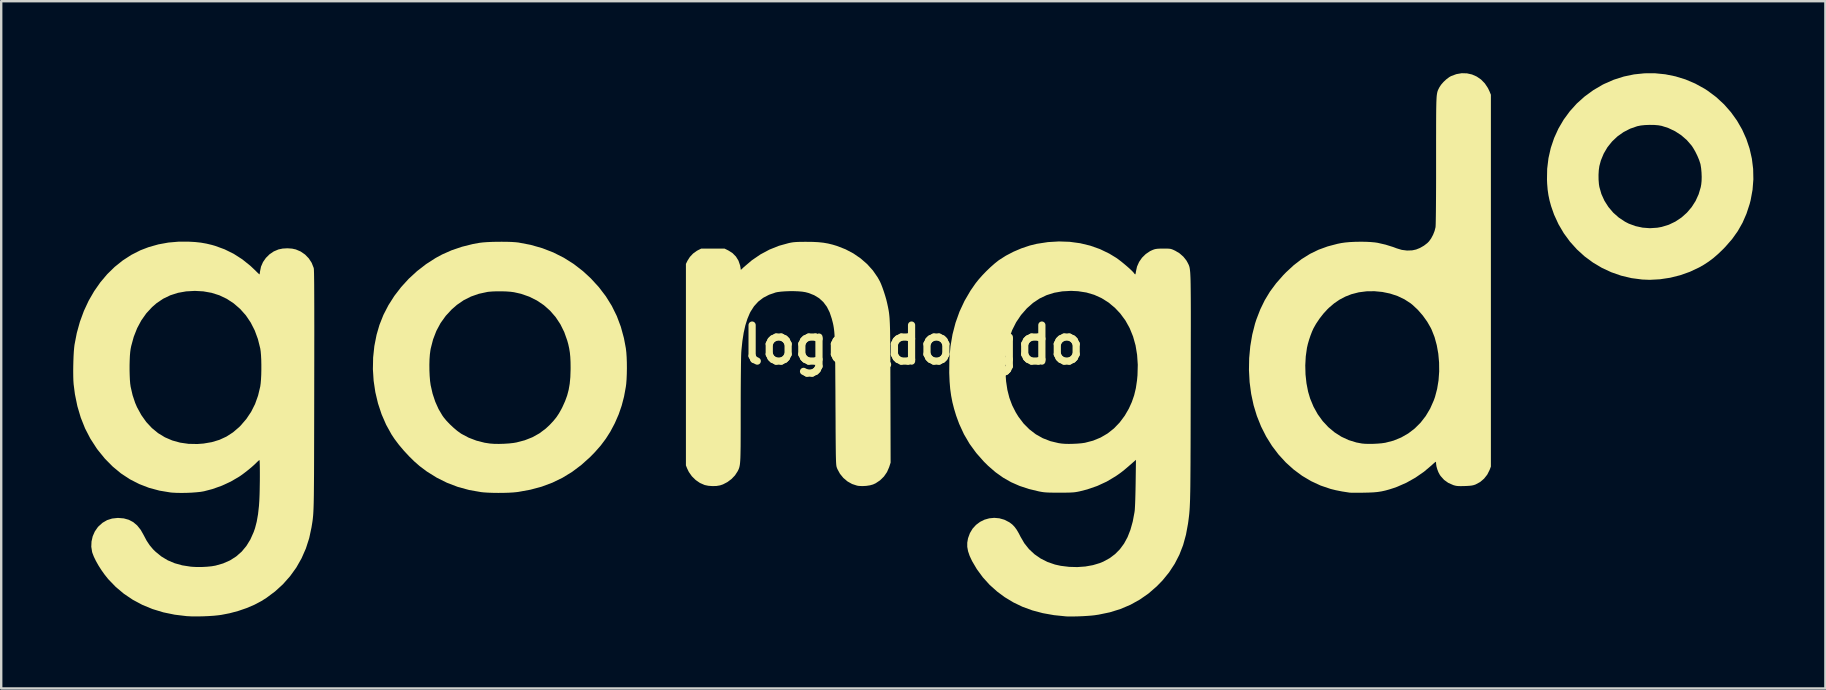
<source format=kicad_pcb>
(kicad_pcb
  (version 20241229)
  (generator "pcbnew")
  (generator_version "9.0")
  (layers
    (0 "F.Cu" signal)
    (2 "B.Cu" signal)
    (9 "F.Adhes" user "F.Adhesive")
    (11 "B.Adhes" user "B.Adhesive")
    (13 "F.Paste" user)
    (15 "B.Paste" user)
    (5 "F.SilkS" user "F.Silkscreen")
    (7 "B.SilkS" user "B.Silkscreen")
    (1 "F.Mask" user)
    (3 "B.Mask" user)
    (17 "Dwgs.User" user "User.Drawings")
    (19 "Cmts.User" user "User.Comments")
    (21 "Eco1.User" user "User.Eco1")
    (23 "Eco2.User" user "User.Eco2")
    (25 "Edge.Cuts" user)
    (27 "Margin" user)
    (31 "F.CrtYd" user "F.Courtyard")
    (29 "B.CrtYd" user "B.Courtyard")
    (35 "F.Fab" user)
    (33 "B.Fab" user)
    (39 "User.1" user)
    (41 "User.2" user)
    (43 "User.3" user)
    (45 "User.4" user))
  (footprint "logo_dongdo"
    (layer "F.Cu")
    (at 34.998 11.315)
    (property "Reference" "logo_dongdo" (at 0 0 0) (layer "F.SilkS") (effects (font (size 1.5 1.5) (thickness 0.3))))
    (attr board_only exclude_from_pos_files exclude_from_bom)
    (fp_poly (pts (xy 31.327 -11.27) (xy 31.753 -11.184) (xy 32.17 -11.056) (xy 32.575 -10.884) (xy 32.964 -10.67) (xy 33.098 -10.583) (xy 33.455 -10.316) (xy 33.778 -10.017) (xy 34.065 -9.691) (xy 34.317 -9.34) (xy 34.531 -8.968) (xy 34.706 -8.578) (xy 34.842 -8.172) (xy 34.937 -7.754) (xy 34.99 -7.327) (xy 34.999 -6.894) (xy 34.965 -6.458) (xy 34.885 -6.023) (xy 34.844 -5.865) (xy 34.712 -5.462) (xy 34.549 -5.088) (xy 34.35 -4.737) (xy 34.113 -4.404) (xy 33.832 -4.082) (xy 33.737 -3.984) (xy 33.526 -3.781) (xy 33.327 -3.609) (xy 33.129 -3.461) (xy 32.92 -3.326) (xy 32.737 -3.222) (xy 32.355 -3.042) (xy 31.951 -2.899) (xy 31.532 -2.794) (xy 31.107 -2.73) (xy 30.682 -2.707) (xy 30.366 -2.72) (xy 29.922 -2.778) (xy 29.492 -2.88) (xy 29.079 -3.024) (xy 28.686 -3.207) (xy 28.315 -3.428) (xy 27.968 -3.684) (xy 27.649 -3.974) (xy 27.36 -4.295) (xy 27.103 -4.645) (xy 26.881 -5.022) (xy 26.696 -5.424) (xy 26.573 -5.776) (xy 26.508 -6.012) (xy 26.461 -6.236) (xy 26.428 -6.464) (xy 26.408 -6.712) (xy 26.401 -6.882) (xy 26.404 -7.08) (xy 28.548 -7.08) (xy 28.55 -6.879) (xy 28.565 -6.69) (xy 28.583 -6.58) (xy 28.667 -6.283) (xy 28.794 -6.002) (xy 28.96 -5.742) (xy 29.16 -5.506) (xy 29.393 -5.3) (xy 29.653 -5.128) (xy 29.808 -5.048) (xy 30.088 -4.945) (xy 30.385 -4.881) (xy 30.69 -4.858) (xy 30.996 -4.878) (xy 31.178 -4.911) (xy 31.473 -5.001) (xy 31.749 -5.133) (xy 32.003 -5.302) (xy 32.23 -5.504) (xy 32.427 -5.735) (xy 32.592 -5.993) (xy 32.719 -6.272) (xy 32.807 -6.569) (xy 32.827 -6.68) (xy 32.842 -6.825) (xy 32.846 -6.997) (xy 32.839 -7.179) (xy 32.823 -7.355) (xy 32.799 -7.506) (xy 32.79 -7.544) (xy 32.74 -7.697) (xy 32.668 -7.87) (xy 32.582 -8.045) (xy 32.489 -8.205) (xy 32.423 -8.303) (xy 32.226 -8.53) (xy 31.994 -8.731) (xy 31.734 -8.9) (xy 31.453 -9.033) (xy 31.178 -9.121) (xy 31.036 -9.146) (xy 30.863 -9.16) (xy 30.674 -9.162) (xy 30.485 -9.155) (xy 30.311 -9.137) (xy 30.167 -9.108) (xy 30.165 -9.108) (xy 29.866 -9.004) (xy 29.589 -8.861) (xy 29.336 -8.682) (xy 29.112 -8.47) (xy 28.92 -8.231) (xy 28.764 -7.966) (xy 28.646 -7.68) (xy 28.583 -7.445) (xy 28.559 -7.276) (xy 28.548 -7.08) (xy 26.404 -7.08) (xy 26.409 -7.335) (xy 26.463 -7.776) (xy 26.56 -8.204) (xy 26.699 -8.616) (xy 26.878 -9.009) (xy 27.097 -9.382) (xy 27.353 -9.73) (xy 27.644 -10.053) (xy 27.971 -10.346) (xy 28.33 -10.608) (xy 28.72 -10.837) (xy 28.778 -10.866) (xy 29.184 -11.044) (xy 29.603 -11.177) (xy 30.03 -11.266) (xy 30.462 -11.311) (xy 30.895 -11.313)) (stroke (width 0) (type solid)) (fill yes) (layer "F.SilkS"))
    (fp_poly (pts (xy -16.928 -4.291) (xy -16.736 -4.285) (xy -16.57 -4.274) (xy -16.449 -4.261) (xy -15.94 -4.164) (xy -15.457 -4.026) (xy -14.997 -3.848) (xy -14.562 -3.629) (xy -14.149 -3.369) (xy -13.759 -3.067) (xy -13.434 -2.767) (xy -13.1 -2.403) (xy -12.809 -2.022) (xy -12.56 -1.621) (xy -12.352 -1.199) (xy -12.184 -0.753) (xy -12.055 -0.281) (xy -11.975 0.142) (xy -11.955 0.31) (xy -11.941 0.513) (xy -11.933 0.739) (xy -11.931 0.975) (xy -11.935 1.21) (xy -11.944 1.431) (xy -11.959 1.627) (xy -11.975 1.75) (xy -12.05 2.159) (xy -12.149 2.537) (xy -12.273 2.897) (xy -12.428 3.252) (xy -12.451 3.299) (xy -12.621 3.618) (xy -12.808 3.912) (xy -13.018 4.192) (xy -13.26 4.468) (xy -13.461 4.674) (xy -13.829 5.005) (xy -14.212 5.293) (xy -14.614 5.539) (xy -15.036 5.744) (xy -15.482 5.91) (xy -15.953 6.037) (xy -16.453 6.128) (xy -16.515 6.136) (xy -16.668 6.151) (xy -16.857 6.162) (xy -17.068 6.168) (xy -17.29 6.17) (xy -17.51 6.167) (xy -17.716 6.16) (xy -17.897 6.148) (xy -18.009 6.136) (xy -18.503 6.049) (xy -18.975 5.92) (xy -19.426 5.748) (xy -19.857 5.533) (xy -20.267 5.277) (xy -20.564 5.054) (xy -20.781 4.865) (xy -21.004 4.646) (xy -21.223 4.41) (xy -21.428 4.167) (xy -21.609 3.927) (xy -21.734 3.74) (xy -21.961 3.33) (xy -22.15 2.896) (xy -22.3 2.442) (xy -22.411 1.974) (xy -22.482 1.497) (xy -22.513 1.014) (xy -22.509 0.829) (xy -20.16 0.829) (xy -20.158 1.064) (xy -20.148 1.294) (xy -20.131 1.506) (xy -20.106 1.688) (xy -20.105 1.689) (xy -20.025 2.039) (xy -19.915 2.37) (xy -19.778 2.676) (xy -19.617 2.948) (xy -19.557 3.032) (xy -19.444 3.168) (xy -19.305 3.313) (xy -19.152 3.456) (xy -18.998 3.586) (xy -18.854 3.69) (xy -18.821 3.711) (xy -18.523 3.869) (xy -18.198 3.993) (xy -17.857 4.08) (xy -17.632 4.114) (xy -17.463 4.126) (xy -17.265 4.129) (xy -17.054 4.123) (xy -16.845 4.11) (xy -16.656 4.089) (xy -16.533 4.068) (xy -16.186 3.977) (xy -15.869 3.852) (xy -15.579 3.691) (xy -15.313 3.492) (xy -15.142 3.332) (xy -14.992 3.171) (xy -14.869 3.02) (xy -14.763 2.862) (xy -14.661 2.681) (xy -14.615 2.59) (xy -14.506 2.348) (xy -14.42 2.113) (xy -14.357 1.875) (xy -14.313 1.622) (xy -14.287 1.347) (xy -14.277 1.038) (xy -14.276 0.958) (xy -14.279 0.715) (xy -14.289 0.507) (xy -14.307 0.323) (xy -14.335 0.15) (xy -14.373 -0.023) (xy -14.415 -0.175) (xy -14.541 -0.531) (xy -14.703 -0.858) (xy -14.9 -1.155) (xy -15.13 -1.42) (xy -15.39 -1.651) (xy -15.68 -1.846) (xy -15.996 -2.004) (xy -16.338 -2.124) (xy -16.635 -2.191) (xy -16.779 -2.21) (xy -16.956 -2.223) (xy -17.151 -2.229) (xy -17.348 -2.229) (xy -17.534 -2.222) (xy -17.694 -2.209) (xy -17.749 -2.201) (xy -18.103 -2.124) (xy -18.428 -2.01) (xy -18.73 -1.858) (xy -19.012 -1.664) (xy -19.225 -1.479) (xy -19.479 -1.205) (xy -19.694 -0.905) (xy -19.869 -0.579) (xy -20.005 -0.226) (xy -20.103 0.154) (xy -20.116 0.225) (xy -20.139 0.397) (xy -20.154 0.603) (xy -20.16 0.829) (xy -22.509 0.829) (xy -22.503 0.53) (xy -22.452 0.051) (xy -22.359 -0.419) (xy -22.24 -0.828) (xy -22.075 -1.244) (xy -21.867 -1.648) (xy -21.619 -2.037) (xy -21.335 -2.406) (xy -21.018 -2.753) (xy -20.671 -3.072) (xy -20.297 -3.361) (xy -19.901 -3.616) (xy -19.627 -3.764) (xy -19.229 -3.94) (xy -18.801 -4.085) (xy -18.35 -4.198) (xy -18.068 -4.249) (xy -17.932 -4.265) (xy -17.761 -4.278) (xy -17.564 -4.287) (xy -17.353 -4.292) (xy -17.138 -4.293)) (stroke (width 0) (type solid)) (fill yes) (layer "F.SilkS"))
    (fp_poly (pts (xy -4.18 -4.287) (xy -3.949 -4.275) (xy -3.742 -4.253) (xy -3.548 -4.219) (xy -3.356 -4.172) (xy -3.172 -4.116) (xy -2.822 -3.979) (xy -2.494 -3.806) (xy -2.193 -3.599) (xy -1.922 -3.363) (xy -1.684 -3.099) (xy -1.485 -2.811) (xy -1.387 -2.634) (xy -1.338 -2.523) (xy -1.283 -2.38) (xy -1.226 -2.217) (xy -1.172 -2.048) (xy -1.125 -1.886) (xy -1.091 -1.746) (xy -1.072 -1.66) (xy -1.055 -1.582) (xy -1.041 -1.508) (xy -1.027 -1.436) (xy -1.015 -1.362) (xy -1.005 -1.285) (xy -0.996 -1.2) (xy -0.988 -1.106) (xy -0.982 -1) (xy -0.976 -0.878) (xy -0.971 -0.738) (xy -0.967 -0.577) (xy -0.964 -0.392) (xy -0.962 -0.181) (xy -0.96 0.06) (xy -0.958 0.333) (xy -0.956 0.641) (xy -0.955 0.987) (xy -0.954 1.373) (xy -0.953 1.803) (xy -0.952 1.963) (xy -0.944 4.907) (xy -1.005 5.097) (xy -1.095 5.303) (xy -1.223 5.488) (xy -1.383 5.645) (xy -1.567 5.768) (xy -1.678 5.819) (xy -1.804 5.854) (xy -1.956 5.877) (xy -2.117 5.886) (xy -2.266 5.879) (xy -2.341 5.867) (xy -2.55 5.799) (xy -2.743 5.69) (xy -2.913 5.546) (xy -3.055 5.372) (xy -3.163 5.173) (xy -3.177 5.136) (xy -3.185 5.115) (xy -3.192 5.093) (xy -3.199 5.068) (xy -3.204 5.037) (xy -3.209 4.997) (xy -3.213 4.946) (xy -3.217 4.88) (xy -3.22 4.798) (xy -3.223 4.697) (xy -3.226 4.573) (xy -3.228 4.424) (xy -3.23 4.248) (xy -3.232 4.041) (xy -3.234 3.801) (xy -3.236 3.526) (xy -3.237 3.212) (xy -3.239 2.857) (xy -3.242 2.458) (xy -3.242 2.341) (xy -3.244 1.91) (xy -3.247 1.523) (xy -3.249 1.178) (xy -3.251 0.871) (xy -3.254 0.6) (xy -3.257 0.362) (xy -3.26 0.153) (xy -3.265 -0.028) (xy -3.27 -0.186) (xy -3.276 -0.322) (xy -3.283 -0.44) (xy -3.291 -0.543) (xy -3.301 -0.633) (xy -3.312 -0.714) (xy -3.324 -0.788) (xy -3.338 -0.859) (xy -3.354 -0.928) (xy -3.373 -1) (xy -3.393 -1.077) (xy -3.394 -1.083) (xy -3.484 -1.353) (xy -3.601 -1.586) (xy -3.747 -1.781) (xy -3.922 -1.941) (xy -4.129 -2.067) (xy -4.368 -2.16) (xy -4.493 -2.193) (xy -4.622 -2.214) (xy -4.783 -2.228) (xy -4.965 -2.235) (xy -5.156 -2.235) (xy -5.343 -2.228) (xy -5.515 -2.215) (xy -5.66 -2.196) (xy -5.735 -2.18) (xy -6.01 -2.085) (xy -6.251 -1.959) (xy -6.458 -1.8) (xy -6.634 -1.607) (xy -6.78 -1.379) (xy -6.81 -1.32) (xy -6.911 -1.081) (xy -6.996 -0.81) (xy -7.065 -0.504) (xy -7.119 -0.161) (xy -7.159 0.223) (xy -7.166 0.319) (xy -7.169 0.393) (xy -7.173 0.51) (xy -7.176 0.666) (xy -7.179 0.857) (xy -7.181 1.079) (xy -7.184 1.328) (xy -7.186 1.599) (xy -7.188 1.889) (xy -7.189 2.194) (xy -7.189 2.509) (xy -7.19 2.755) (xy -7.19 3.133) (xy -7.19 3.466) (xy -7.191 3.758) (xy -7.192 4.012) (xy -7.193 4.232) (xy -7.196 4.419) (xy -7.199 4.578) (xy -7.203 4.711) (xy -7.209 4.822) (xy -7.216 4.913) (xy -7.224 4.988) (xy -7.235 5.05) (xy -7.247 5.102) (xy -7.261 5.146) (xy -7.277 5.187) (xy -7.296 5.227) (xy -7.317 5.27) (xy -7.319 5.272) (xy -7.427 5.439) (xy -7.572 5.59) (xy -7.742 5.718) (xy -7.928 5.815) (xy -8.05 5.856) (xy -8.198 5.881) (xy -8.367 5.886) (xy -8.538 5.873) (xy -8.688 5.842) (xy -8.697 5.839) (xy -8.889 5.755) (xy -9.067 5.632) (xy -9.224 5.477) (xy -9.35 5.298) (xy -9.416 5.163) (xy -9.472 5.026) (xy -9.472 0.828) (xy -9.472 -3.37) (xy -9.405 -3.507) (xy -9.306 -3.662) (xy -9.174 -3.802) (xy -9.022 -3.913) (xy -8.97 -3.941) (xy -8.833 -4.009) (xy -8.348 -4.009) (xy -7.863 -4.009) (xy -7.705 -3.931) (xy -7.53 -3.82) (xy -7.388 -3.676) (xy -7.282 -3.504) (xy -7.215 -3.307) (xy -7.201 -3.232) (xy -7.184 -3.12) (xy -7.063 -3.234) (xy -6.724 -3.522) (xy -6.367 -3.766) (xy -5.991 -3.967) (xy -5.596 -4.125) (xy -5.187 -4.238) (xy -5.1 -4.256) (xy -5.017 -4.27) (xy -4.928 -4.279) (xy -4.824 -4.285) (xy -4.697 -4.289) (xy -4.535 -4.29) (xy -4.446 -4.29)) (stroke (width 0) (type solid)) (fill yes) (layer "F.SilkS"))
    (fp_poly (pts (xy 23.068 -11.309) (xy 23.278 -11.262) (xy 23.475 -11.175) (xy 23.655 -11.051) (xy 23.812 -10.89) (xy 23.941 -10.696) (xy 24.009 -10.553) (xy 24.064 -10.418) (xy 24.064 -2.672) (xy 24.064 5.073) (xy 24.01 5.215) (xy 23.912 5.409) (xy 23.778 5.578) (xy 23.616 5.716) (xy 23.43 5.816) (xy 23.419 5.821) (xy 23.351 5.844) (xy 23.278 5.861) (xy 23.189 5.872) (xy 23.073 5.88) (xy 22.964 5.884) (xy 22.827 5.887) (xy 22.726 5.886) (xy 22.648 5.88) (xy 22.582 5.868) (xy 22.516 5.85) (xy 22.495 5.843) (xy 22.288 5.752) (xy 22.115 5.628) (xy 21.972 5.469) (xy 21.931 5.409) (xy 21.877 5.307) (xy 21.831 5.187) (xy 21.797 5.067) (xy 21.782 4.965) (xy 21.782 4.953) (xy 21.778 4.899) (xy 21.768 4.872) (xy 21.767 4.872) (xy 21.744 4.887) (xy 21.696 4.927) (xy 21.631 4.985) (xy 21.603 5.012) (xy 21.275 5.289) (xy 20.919 5.535) (xy 20.544 5.746) (xy 20.157 5.916) (xy 20.008 5.969) (xy 19.823 6.028) (xy 19.659 6.073) (xy 19.504 6.107) (xy 19.347 6.131) (xy 19.175 6.147) (xy 18.978 6.156) (xy 18.766 6.161) (xy 18.61 6.163) (xy 18.465 6.163) (xy 18.341 6.163) (xy 18.246 6.162) (xy 18.186 6.159) (xy 18.175 6.158) (xy 17.866 6.11) (xy 17.599 6.057) (xy 17.386 6.004) (xy 16.972 5.864) (xy 16.577 5.681) (xy 16.202 5.459) (xy 15.849 5.198) (xy 15.521 4.902) (xy 15.219 4.573) (xy 14.945 4.212) (xy 14.702 3.822) (xy 14.491 3.405) (xy 14.314 2.963) (xy 14.179 2.519) (xy 14.077 2.045) (xy 14.012 1.554) (xy 13.985 1.055) (xy 13.988 0.858) (xy 16.331 0.858) (xy 16.341 1.235) (xy 16.381 1.603) (xy 16.449 1.953) (xy 16.534 2.239) (xy 16.676 2.581) (xy 16.851 2.895) (xy 17.057 3.179) (xy 17.292 3.431) (xy 17.552 3.648) (xy 17.835 3.829) (xy 18.139 3.97) (xy 18.46 4.069) (xy 18.695 4.113) (xy 18.823 4.124) (xy 18.984 4.128) (xy 19.161 4.126) (xy 19.341 4.117) (xy 19.509 4.103) (xy 19.65 4.083) (xy 19.668 4.08) (xy 20.007 3.992) (xy 20.325 3.862) (xy 20.621 3.693) (xy 20.891 3.486) (xy 21.135 3.243) (xy 21.35 2.966) (xy 21.534 2.657) (xy 21.684 2.318) (xy 21.735 2.175) (xy 21.824 1.838) (xy 21.883 1.482) (xy 21.91 1.113) (xy 21.906 0.74) (xy 21.873 0.372) (xy 21.809 0.015) (xy 21.717 -0.322) (xy 21.595 -0.631) (xy 21.563 -0.698) (xy 21.411 -0.963) (xy 21.227 -1.22) (xy 21.021 -1.457) (xy 20.801 -1.663) (xy 20.719 -1.729) (xy 20.458 -1.898) (xy 20.171 -2.034) (xy 19.863 -2.135) (xy 19.541 -2.202) (xy 19.212 -2.233) (xy 18.883 -2.229) (xy 18.56 -2.187) (xy 18.251 -2.107) (xy 18.002 -2.009) (xy 17.755 -1.879) (xy 17.532 -1.726) (xy 17.316 -1.542) (xy 17.251 -1.478) (xy 17.087 -1.299) (xy 16.927 -1.094) (xy 16.783 -0.88) (xy 16.673 -0.686) (xy 16.612 -0.55) (xy 16.548 -0.384) (xy 16.488 -0.206) (xy 16.438 -0.033) (xy 16.403 0.119) (xy 16.402 0.122) (xy 16.351 0.484) (xy 16.331 0.858) (xy 13.988 0.858) (xy 13.994 0.554) (xy 14.04 0.058) (xy 14.122 -0.424) (xy 14.239 -0.885) (xy 14.296 -1.06) (xy 14.456 -1.474) (xy 14.643 -1.858) (xy 14.861 -2.218) (xy 15.116 -2.562) (xy 15.411 -2.898) (xy 15.537 -3.027) (xy 15.858 -3.323) (xy 16.185 -3.575) (xy 16.524 -3.786) (xy 16.881 -3.96) (xy 17.262 -4.099) (xy 17.673 -4.207) (xy 17.831 -4.239) (xy 17.992 -4.262) (xy 18.186 -4.28) (xy 18.4 -4.29) (xy 18.623 -4.294) (xy 18.843 -4.292) (xy 19.049 -4.282) (xy 19.228 -4.266) (xy 19.339 -4.25) (xy 19.675 -4.173) (xy 19.998 -4.072) (xy 20.141 -4.018) (xy 20.351 -3.955) (xy 20.571 -3.927) (xy 20.786 -3.935) (xy 20.948 -3.97) (xy 21.112 -4.036) (xy 21.275 -4.13) (xy 21.418 -4.24) (xy 21.488 -4.312) (xy 21.575 -4.433) (xy 21.655 -4.583) (xy 21.718 -4.742) (xy 21.756 -4.892) (xy 21.757 -4.896) (xy 21.761 -4.947) (xy 21.765 -5.044) (xy 21.768 -5.187) (xy 21.771 -5.374) (xy 21.774 -5.604) (xy 21.776 -5.876) (xy 21.778 -6.19) (xy 21.78 -6.544) (xy 21.781 -6.937) (xy 21.781 -7.369) (xy 21.781 -7.7) (xy 21.781 -8.118) (xy 21.781 -8.492) (xy 21.782 -8.825) (xy 21.782 -9.118) (xy 21.783 -9.375) (xy 21.784 -9.598) (xy 21.786 -9.79) (xy 21.789 -9.955) (xy 21.792 -10.094) (xy 21.797 -10.211) (xy 21.802 -10.307) (xy 21.809 -10.387) (xy 21.818 -10.452) (xy 21.828 -10.506) (xy 21.839 -10.551) (xy 21.852 -10.59) (xy 21.867 -10.625) (xy 21.884 -10.66) (xy 21.903 -10.697) (xy 21.917 -10.725) (xy 21.989 -10.835) (xy 22.091 -10.952) (xy 22.209 -11.062) (xy 22.331 -11.153) (xy 22.405 -11.195) (xy 22.627 -11.277) (xy 22.849 -11.315)) (stroke (width 0) (type solid)) (fill yes) (layer "F.SilkS"))
    (fp_poly (pts (xy -29.919 -4.282) (xy -29.678 -4.256) (xy -29.451 -4.216) (xy -29.22 -4.161) (xy -29.089 -4.123) (xy -28.693 -3.979) (xy -28.314 -3.792) (xy -27.955 -3.562) (xy -27.615 -3.289) (xy -27.441 -3.125) (xy -27.364 -3.049) (xy -27.3 -2.987) (xy -27.255 -2.946) (xy -27.237 -2.933) (xy -27.23 -2.954) (xy -27.221 -3.009) (xy -27.215 -3.057) (xy -27.174 -3.257) (xy -27.091 -3.447) (xy -26.971 -3.62) (xy -26.82 -3.77) (xy -26.644 -3.89) (xy -26.448 -3.973) (xy -26.27 -4.01) (xy -26.073 -4.021) (xy -25.878 -4.007) (xy -25.724 -3.973) (xy -25.52 -3.886) (xy -25.338 -3.76) (xy -25.184 -3.601) (xy -25.063 -3.415) (xy -24.981 -3.207) (xy -24.977 -3.193) (xy -24.974 -3.169) (xy -24.97 -3.125) (xy -24.968 -3.057) (xy -24.965 -2.966) (xy -24.963 -2.848) (xy -24.961 -2.704) (xy -24.959 -2.531) (xy -24.958 -2.327) (xy -24.957 -2.092) (xy -24.956 -1.824) (xy -24.955 -1.521) (xy -24.955 -1.181) (xy -24.954 -0.804) (xy -24.954 -0.387) (xy -24.955 0.07) (xy -24.955 0.57) (xy -24.956 1.114) (xy -24.957 1.703) (xy -24.957 1.88) (xy -24.958 2.456) (xy -24.959 2.988) (xy -24.96 3.475) (xy -24.961 3.922) (xy -24.962 4.33) (xy -24.963 4.701) (xy -24.964 5.037) (xy -24.965 5.341) (xy -24.967 5.614) (xy -24.969 5.858) (xy -24.971 6.076) (xy -24.973 6.269) (xy -24.976 6.44) (xy -24.979 6.591) (xy -24.983 6.724) (xy -24.987 6.84) (xy -24.992 6.943) (xy -24.997 7.033) (xy -25.003 7.114) (xy -25.01 7.187) (xy -25.017 7.255) (xy -25.025 7.318) (xy -25.034 7.381) (xy -25.044 7.444) (xy -25.055 7.509) (xy -25.066 7.579) (xy -25.07 7.603) (xy -25.166 8.055) (xy -25.305 8.486) (xy -25.485 8.895) (xy -25.704 9.281) (xy -25.963 9.64) (xy -26.258 9.973) (xy -26.59 10.276) (xy -26.956 10.548) (xy -27.159 10.676) (xy -27.448 10.829) (xy -27.771 10.967) (xy -28.117 11.086) (xy -28.473 11.182) (xy -28.827 11.251) (xy -28.936 11.266) (xy -29.136 11.287) (xy -29.365 11.302) (xy -29.606 11.312) (xy -29.846 11.316) (xy -30.07 11.314) (xy -30.262 11.304) (xy -30.268 11.304) (xy -30.767 11.244) (xy -31.243 11.146) (xy -31.693 11.009) (xy -32.118 10.834) (xy -32.515 10.622) (xy -32.884 10.374) (xy -33.224 10.089) (xy -33.534 9.768) (xy -33.553 9.745) (xy -33.69 9.573) (xy -33.823 9.386) (xy -33.946 9.193) (xy -34.053 9.003) (xy -34.139 8.825) (xy -34.199 8.669) (xy -34.211 8.628) (xy -34.245 8.413) (xy -34.235 8.193) (xy -34.186 7.978) (xy -34.098 7.777) (xy -33.974 7.598) (xy -33.945 7.566) (xy -33.774 7.413) (xy -33.586 7.304) (xy -33.378 7.238) (xy -33.148 7.213) (xy -33.122 7.213) (xy -32.89 7.232) (xy -32.681 7.29) (xy -32.496 7.388) (xy -32.332 7.527) (xy -32.187 7.708) (xy -32.06 7.932) (xy -32.059 7.935) (xy -31.94 8.159) (xy -31.814 8.349) (xy -31.672 8.518) (xy -31.566 8.622) (xy -31.324 8.819) (xy -31.06 8.978) (xy -30.771 9.1) (xy -30.455 9.188) (xy -30.107 9.242) (xy -30.041 9.248) (xy -29.85 9.258) (xy -29.641 9.257) (xy -29.431 9.246) (xy -29.235 9.227) (xy -29.071 9.199) (xy -28.753 9.108) (xy -28.466 8.982) (xy -28.209 8.818) (xy -27.982 8.619) (xy -27.785 8.383) (xy -27.617 8.11) (xy -27.479 7.8) (xy -27.423 7.639) (xy -27.353 7.369) (xy -27.298 7.058) (xy -27.259 6.709) (xy -27.245 6.504) (xy -27.239 6.37) (xy -27.233 6.214) (xy -27.229 6.042) (xy -27.226 5.861) (xy -27.223 5.677) (xy -27.222 5.496) (xy -27.222 5.323) (xy -27.223 5.165) (xy -27.225 5.028) (xy -27.228 4.918) (xy -27.232 4.842) (xy -27.238 4.804) (xy -27.24 4.801) (xy -27.265 4.817) (xy -27.311 4.858) (xy -27.352 4.898) (xy -27.454 4.997) (xy -27.584 5.112) (xy -27.731 5.232) (xy -27.881 5.349) (xy -28.024 5.453) (xy -28.084 5.493) (xy -28.43 5.696) (xy -28.804 5.869) (xy -29.195 6.009) (xy -29.551 6.102) (xy -29.69 6.126) (xy -29.865 6.144) (xy -30.064 6.159) (xy -30.275 6.168) (xy -30.486 6.171) (xy -30.686 6.168) (xy -30.862 6.159) (xy -30.949 6.151) (xy -31.406 6.075) (xy -31.841 5.958) (xy -32.253 5.799) (xy -32.642 5.599) (xy -33.009 5.357) (xy -33.352 5.073) (xy -33.673 4.749) (xy -33.972 4.382) (xy -34.025 4.309) (xy -34.284 3.908) (xy -34.504 3.483) (xy -34.683 3.034) (xy -34.824 2.559) (xy -34.927 2.058) (xy -34.981 1.637) (xy -34.991 1.493) (xy -34.996 1.315) (xy -34.998 1.113) (xy -34.998 1.062) (xy -32.65 1.062) (xy -32.645 1.266) (xy -32.637 1.455) (xy -32.624 1.617) (xy -32.606 1.743) (xy -32.606 1.744) (xy -32.524 2.099) (xy -32.418 2.417) (xy -32.34 2.599) (xy -32.161 2.926) (xy -31.955 3.216) (xy -31.721 3.467) (xy -31.462 3.68) (xy -31.178 3.853) (xy -30.871 3.985) (xy -30.542 4.076) (xy -30.193 4.126) (xy -29.824 4.133) (xy -29.571 4.114) (xy -29.225 4.055) (xy -28.907 3.959) (xy -28.614 3.824) (xy -28.342 3.648) (xy -28.088 3.431) (xy -28.023 3.366) (xy -27.783 3.087) (xy -27.584 2.789) (xy -27.422 2.467) (xy -27.297 2.118) (xy -27.206 1.739) (xy -27.206 1.738) (xy -27.188 1.606) (xy -27.174 1.438) (xy -27.164 1.245) (xy -27.16 1.038) (xy -27.16 0.827) (xy -27.164 0.622) (xy -27.174 0.433) (xy -27.188 0.272) (xy -27.205 0.154) (xy -27.303 -0.238) (xy -27.436 -0.599) (xy -27.604 -0.929) (xy -27.806 -1.228) (xy -28.043 -1.494) (xy -28.313 -1.727) (xy -28.314 -1.728) (xy -28.603 -1.917) (xy -28.909 -2.063) (xy -29.234 -2.166) (xy -29.579 -2.227) (xy -29.929 -2.246) (xy -30.294 -2.226) (xy -30.635 -2.165) (xy -30.953 -2.063) (xy -31.249 -1.92) (xy -31.524 -1.735) (xy -31.71 -1.574) (xy -31.952 -1.312) (xy -32.16 -1.018) (xy -32.335 -0.691) (xy -32.476 -0.334) (xy -32.582 0.053) (xy -32.606 0.172) (xy -32.623 0.297) (xy -32.637 0.46) (xy -32.645 0.648) (xy -32.65 0.852) (xy -32.65 1.062) (xy -34.998 1.062) (xy -34.996 0.898) (xy -34.991 0.679) (xy -34.983 0.467) (xy -34.972 0.274) (xy -34.957 0.108) (xy -34.944 0) (xy -34.849 -0.491) (xy -34.718 -0.962) (xy -34.553 -1.411) (xy -34.355 -1.836) (xy -34.126 -2.233) (xy -33.868 -2.602) (xy -33.583 -2.94) (xy -33.271 -3.245) (xy -32.935 -3.514) (xy -32.577 -3.746) (xy -32.198 -3.938) (xy -31.859 -4.068) (xy -31.449 -4.184) (xy -31.034 -4.26) (xy -30.605 -4.297) (xy -30.19 -4.297)) (stroke (width 0) (type solid)) (fill yes) (layer "F.SilkS"))
    (fp_poly (pts (xy 6.516 -4.291) (xy 6.952 -4.232) (xy 7.374 -4.13) (xy 7.778 -3.987) (xy 8.163 -3.801) (xy 8.456 -3.623) (xy 8.552 -3.554) (xy 8.663 -3.469) (xy 8.78 -3.374) (xy 8.896 -3.276) (xy 9.004 -3.181) (xy 9.094 -3.096) (xy 9.161 -3.028) (xy 9.191 -2.991) (xy 9.223 -2.949) (xy 9.247 -2.933) (xy 9.259 -2.954) (xy 9.271 -3.009) (xy 9.277 -3.057) (xy 9.322 -3.26) (xy 9.408 -3.453) (xy 9.53 -3.629) (xy 9.685 -3.781) (xy 9.864 -3.902) (xy 9.975 -3.953) (xy 10.039 -3.977) (xy 10.102 -3.992) (xy 10.176 -4.002) (xy 10.273 -4.007) (xy 10.404 -4.008) (xy 10.418 -4.008) (xy 10.544 -4.008) (xy 10.635 -4.006) (xy 10.703 -3.999) (xy 10.76 -3.985) (xy 10.819 -3.963) (xy 10.891 -3.929) (xy 10.911 -3.92) (xy 11.092 -3.812) (xy 11.251 -3.673) (xy 11.378 -3.514) (xy 11.43 -3.421) (xy 11.446 -3.389) (xy 11.461 -3.36) (xy 11.474 -3.333) (xy 11.486 -3.304) (xy 11.497 -3.272) (xy 11.507 -3.236) (xy 11.516 -3.192) (xy 11.524 -3.139) (xy 11.531 -3.076) (xy 11.538 -3) (xy 11.543 -2.909) (xy 11.548 -2.8) (xy 11.552 -2.674) (xy 11.555 -2.526) (xy 11.557 -2.355) (xy 11.559 -2.16) (xy 11.561 -1.938) (xy 11.562 -1.687) (xy 11.563 -1.406) (xy 11.563 -1.092) (xy 11.563 -0.743) (xy 11.562 -0.358) (xy 11.561 0.067) (xy 11.561 0.531) (xy 11.56 1.039) (xy 11.558 1.591) (xy 11.558 1.808) (xy 11.557 2.374) (xy 11.556 2.896) (xy 11.555 3.374) (xy 11.554 3.812) (xy 11.553 4.211) (xy 11.551 4.574) (xy 11.55 4.902) (xy 11.548 5.198) (xy 11.546 5.465) (xy 11.544 5.704) (xy 11.542 5.917) (xy 11.539 6.107) (xy 11.535 6.276) (xy 11.532 6.425) (xy 11.527 6.558) (xy 11.522 6.676) (xy 11.517 6.782) (xy 11.511 6.878) (xy 11.504 6.965) (xy 11.497 7.046) (xy 11.488 7.124) (xy 11.479 7.2) (xy 11.469 7.277) (xy 11.459 7.356) (xy 11.447 7.441) (xy 11.446 7.45) (xy 11.361 7.911) (xy 11.242 8.343) (xy 11.085 8.747) (xy 10.89 9.125) (xy 10.656 9.482) (xy 10.382 9.818) (xy 10.143 10.063) (xy 9.801 10.36) (xy 9.435 10.615) (xy 9.046 10.831) (xy 8.631 11.007) (xy 8.191 11.144) (xy 7.724 11.241) (xy 7.542 11.268) (xy 7.41 11.282) (xy 7.248 11.294) (xy 7.067 11.305) (xy 6.881 11.313) (xy 6.701 11.317) (xy 6.538 11.319) (xy 6.406 11.316) (xy 6.362 11.314) (xy 5.863 11.263) (xy 5.397 11.18) (xy 4.961 11.064) (xy 4.552 10.915) (xy 4.168 10.73) (xy 3.804 10.51) (xy 3.497 10.282) (xy 3.182 10.001) (xy 2.897 9.686) (xy 2.647 9.345) (xy 2.449 9.009) (xy 2.348 8.793) (xy 2.282 8.599) (xy 2.249 8.418) (xy 2.249 8.243) (xy 2.28 8.064) (xy 2.283 8.054) (xy 2.361 7.842) (xy 2.473 7.657) (xy 2.615 7.502) (xy 2.782 7.377) (xy 2.967 7.285) (xy 3.166 7.229) (xy 3.374 7.209) (xy 3.585 7.228) (xy 3.794 7.287) (xy 3.996 7.39) (xy 4.02 7.406) (xy 4.124 7.485) (xy 4.216 7.58) (xy 4.304 7.698) (xy 4.392 7.847) (xy 4.467 7.994) (xy 4.626 8.267) (xy 4.82 8.511) (xy 5.048 8.724) (xy 5.306 8.903) (xy 5.593 9.048) (xy 5.904 9.155) (xy 6.149 9.209) (xy 6.493 9.251) (xy 6.835 9.26) (xy 7.168 9.236) (xy 7.483 9.18) (xy 7.773 9.093) (xy 7.919 9.032) (xy 8.178 8.891) (xy 8.408 8.719) (xy 8.608 8.517) (xy 8.781 8.282) (xy 8.927 8.013) (xy 9.047 7.707) (xy 9.143 7.364) (xy 9.215 6.98) (xy 9.224 6.918) (xy 9.23 6.852) (xy 9.236 6.746) (xy 9.243 6.604) (xy 9.249 6.435) (xy 9.254 6.243) (xy 9.259 6.036) (xy 9.263 5.82) (xy 9.264 5.76) (xy 9.277 4.792) (xy 9.161 4.893) (xy 9.011 5.024) (xy 8.888 5.13) (xy 8.787 5.215) (xy 8.699 5.285) (xy 8.617 5.347) (xy 8.535 5.405) (xy 8.445 5.467) (xy 8.43 5.477) (xy 8.057 5.699) (xy 7.663 5.881) (xy 7.245 6.025) (xy 6.927 6.106) (xy 6.844 6.123) (xy 6.766 6.136) (xy 6.686 6.146) (xy 6.594 6.152) (xy 6.484 6.157) (xy 6.346 6.159) (xy 6.172 6.16) (xy 6.09 6.16) (xy 5.898 6.16) (xy 5.745 6.158) (xy 5.623 6.155) (xy 5.522 6.149) (xy 5.434 6.141) (xy 5.351 6.129) (xy 5.264 6.113) (xy 5.233 6.107) (xy 4.814 6.006) (xy 4.43 5.879) (xy 4.075 5.723) (xy 3.742 5.533) (xy 3.426 5.308) (xy 3.119 5.042) (xy 2.944 4.869) (xy 2.624 4.508) (xy 2.347 4.128) (xy 2.111 3.725) (xy 1.913 3.296) (xy 1.788 2.956) (xy 1.7 2.666) (xy 1.63 2.391) (xy 1.577 2.117) (xy 1.538 1.834) (xy 1.513 1.529) (xy 1.499 1.191) (xy 1.498 1.159) (xy 1.5 0.981) (xy 3.836 0.981) (xy 3.839 1.123) (xy 3.866 1.517) (xy 3.92 1.877) (xy 4.004 2.209) (xy 4.119 2.518) (xy 4.267 2.811) (xy 4.383 2.999) (xy 4.597 3.281) (xy 4.839 3.524) (xy 5.105 3.728) (xy 5.396 3.891) (xy 5.712 4.014) (xy 6.05 4.095) (xy 6.179 4.114) (xy 6.314 4.125) (xy 6.481 4.129) (xy 6.663 4.125) (xy 6.846 4.116) (xy 7.015 4.101) (xy 7.154 4.081) (xy 7.157 4.08) (xy 7.491 3.993) (xy 7.804 3.864) (xy 8.093 3.695) (xy 8.358 3.486) (xy 8.597 3.238) (xy 8.81 2.953) (xy 8.981 2.658) (xy 9.105 2.384) (xy 9.202 2.104) (xy 9.273 1.807) (xy 9.321 1.483) (xy 9.341 1.269) (xy 9.353 0.833) (xy 9.325 0.417) (xy 9.26 0.023) (xy 9.156 -0.348) (xy 9.015 -0.695) (xy 8.837 -1.015) (xy 8.622 -1.306) (xy 8.407 -1.534) (xy 8.138 -1.76) (xy 7.849 -1.942) (xy 7.541 -2.082) (xy 7.212 -2.179) (xy 6.862 -2.233) (xy 6.57 -2.247) (xy 6.208 -2.227) (xy 5.87 -2.168) (xy 5.556 -2.069) (xy 5.263 -1.929) (xy 4.991 -1.748) (xy 4.737 -1.524) (xy 4.729 -1.516) (xy 4.488 -1.24) (xy 4.285 -0.939) (xy 4.119 -0.61) (xy 3.992 -0.254) (xy 3.902 0.129) (xy 3.85 0.541) (xy 3.836 0.981) (xy 1.5 0.981) (xy 1.504 0.603) (xy 1.549 0.072) (xy 1.635 -0.435) (xy 1.761 -0.92) (xy 1.927 -1.385) (xy 2.135 -1.83) (xy 2.385 -2.258) (xy 2.596 -2.562) (xy 2.722 -2.72) (xy 2.874 -2.892) (xy 3.043 -3.067) (xy 3.218 -3.235) (xy 3.389 -3.386) (xy 3.546 -3.511) (xy 3.572 -3.53) (xy 3.857 -3.712) (xy 4.175 -3.878) (xy 4.511 -4.021) (xy 4.851 -4.135) (xy 5.144 -4.207) (xy 5.61 -4.279) (xy 6.068 -4.306)) (stroke (width 0) (type solid)) (fill yes) (layer "F.SilkS")))
  (gr_rect
    (start -3 -3)
    (end 72.998 25.633)
    (stroke (width 0.1) (type default))
    (fill no)
    (layer "Edge.Cuts")))
</source>
